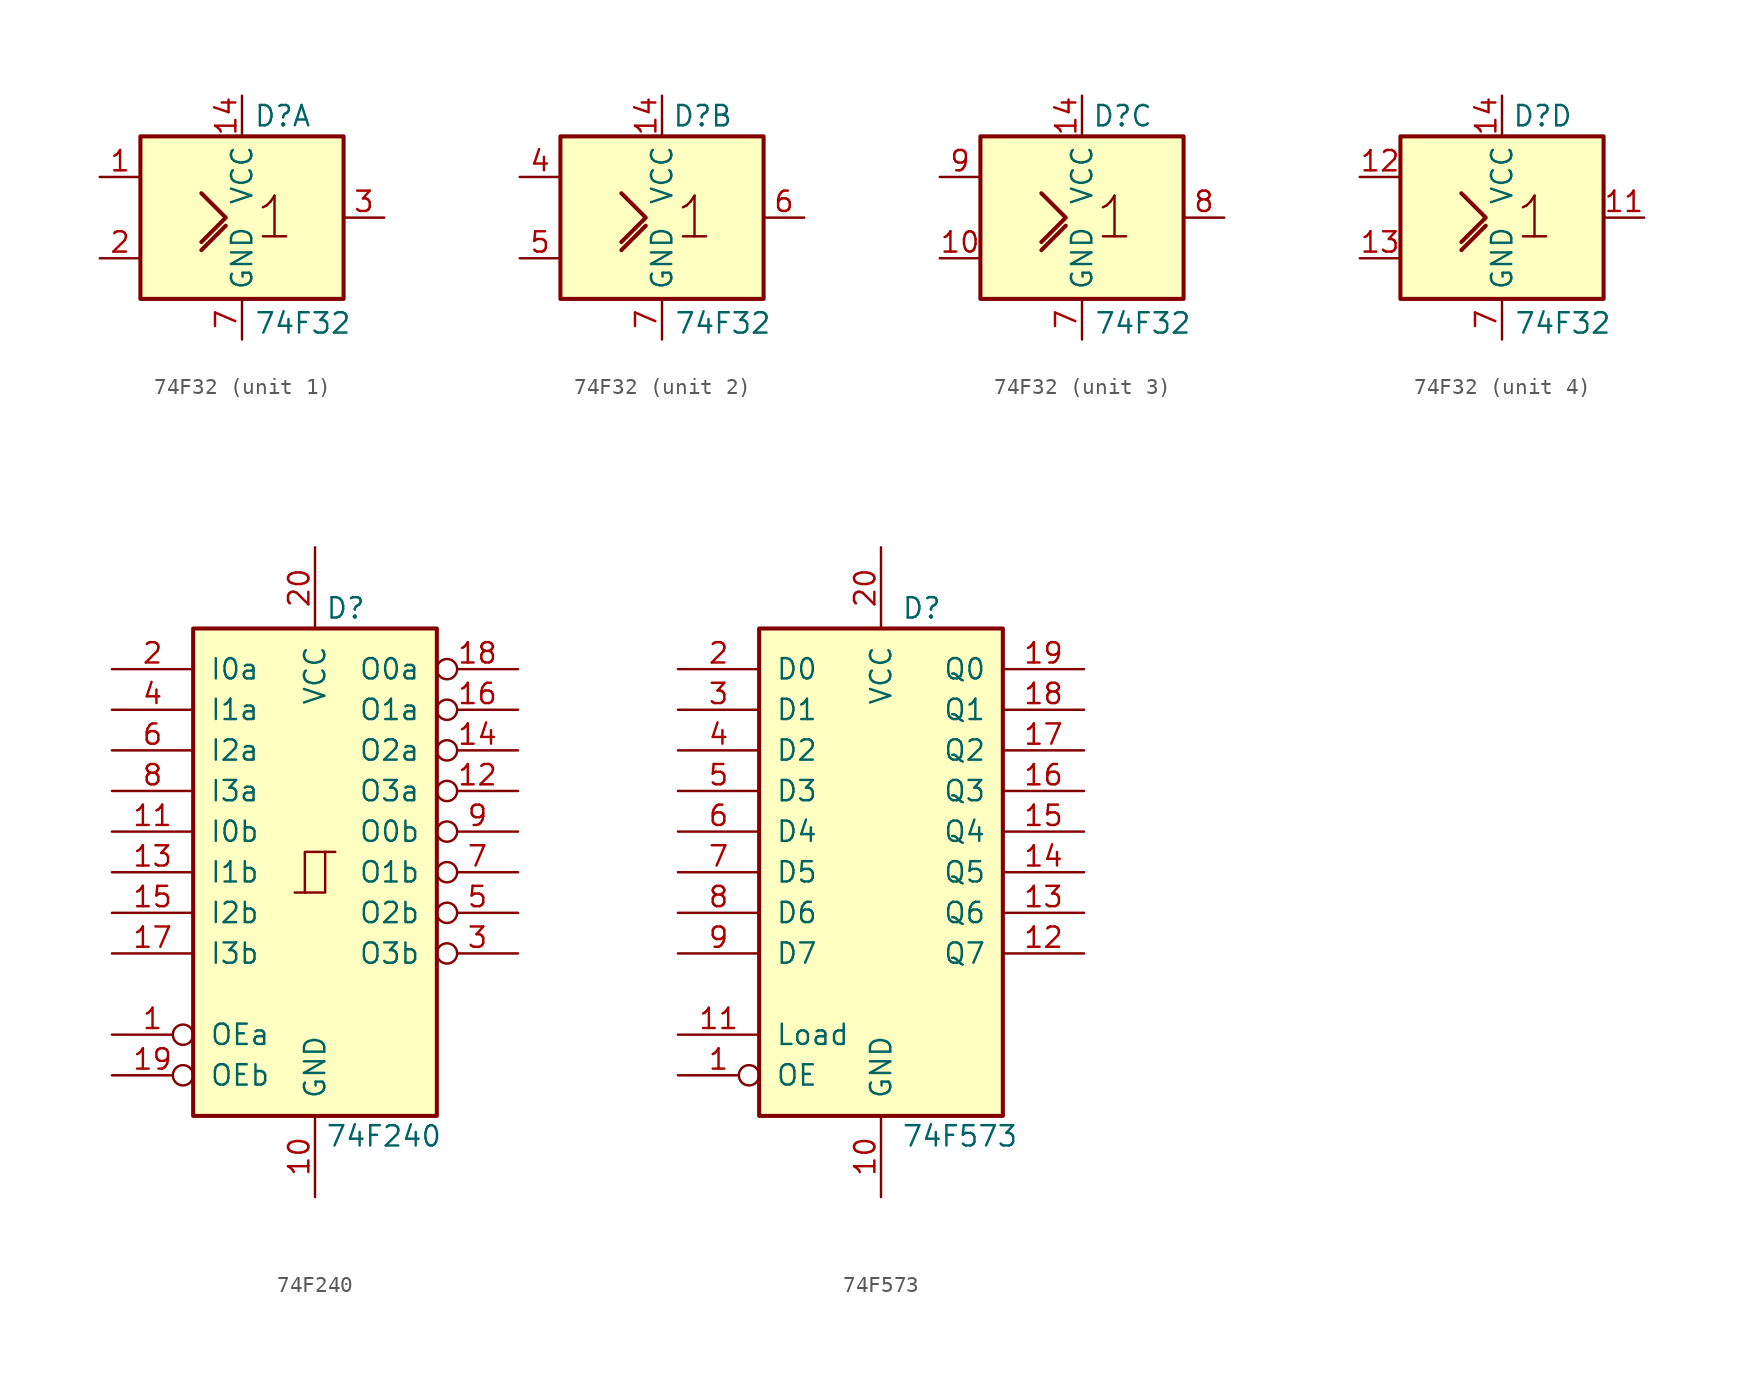
<source format=kicad_sym>
(kicad_symbol_lib
  (version 20241209)
  (generator "kicad_symbol_editor")
  (generator_version "9.0")
  (symbol "74F32"
    (property "Reference" "D"
      (at 2.54 6.35 0)
      (effects (font (size 1.27 1.27))))
    (property "Value" "74F32"
      (at 3.81 -6.604 0)
      (effects (font (size 1.27 1.27))))
    (symbol "74F32_0_1"
      (rectangle (start -6.35 5.08) (end 6.35 -5.08) (stroke (width 0.254) (type default)) (fill (type background)))
      (polyline (pts (xy -2.54 1.524) (xy -2.54 1.524) (xy -1.016 0) (xy -2.54 -1.524) (xy -2.54 -1.524)) (stroke (width 0.254) (type default)) (fill (type background)))
      (polyline (pts (xy -2.54 -2.032) (xy -1.016 -0.508) (xy -1.016 -0.508)) (stroke (width 0.254) (type default)) (fill (type background)))
      (text "1" (at 2.032 0 0) (effects (font (size 2.54 2.54))))
      (pin power_in line (at 0 7.62 270) (length 2.54) (name "VCC" (effects (font (size 1.27 1.27)))) (number "14" (effects (font (size 1.27 1.27)))))
      (pin power_in line (at 0 -7.62 90) (length 2.54) (name "GND" (effects (font (size 1.27 1.27)))) (number "7" (effects (font (size 1.27 1.27))))))
    (symbol "74F32_1_1"
      (pin input line (at -8.89 2.54 0) (length 2.54) (name "~" (effects (font (size 1.27 1.27)))) (number "1" (effects (font (size 1.27 1.27)))))
      (pin input line (at -8.89 -2.54 0) (length 2.54) (name "~" (effects (font (size 1.27 1.27)))) (number "2" (effects (font (size 1.27 1.27)))))
      (pin output line (at 8.89 0 180) (length 2.54) (name "~" (effects (font (size 1.27 1.27)))) (number "3" (effects (font (size 1.27 1.27))))))
    (symbol "74F32_2_1"
      (pin input line (at -8.89 2.54 0) (length 2.54) (name "~" (effects (font (size 1.27 1.27)))) (number "4" (effects (font (size 1.27 1.27)))))
      (pin input line (at -8.89 -2.54 0) (length 2.54) (name "~" (effects (font (size 1.27 1.27)))) (number "5" (effects (font (size 1.27 1.27)))))
      (pin output line (at 8.89 0 180) (length 2.54) (name "~" (effects (font (size 1.27 1.27)))) (number "6" (effects (font (size 1.27 1.27))))))
    (symbol "74F32_3_1"
      (pin input line (at -8.89 2.54 0) (length 2.54) (name "~" (effects (font (size 1.27 1.27)))) (number "9" (effects (font (size 1.27 1.27)))))
      (pin input line (at -8.89 -2.54 0) (length 2.54) (name "~" (effects (font (size 1.27 1.27)))) (number "10" (effects (font (size 1.27 1.27)))))
      (pin output line (at 8.89 0 180) (length 2.54) (name "~" (effects (font (size 1.27 1.27)))) (number "8" (effects (font (size 1.27 1.27))))))
    (symbol "74F32_4_1"
      (pin input line (at -8.89 2.54 0) (length 2.54) (name "~" (effects (font (size 1.27 1.27)))) (number "12" (effects (font (size 1.27 1.27)))))
      (pin input line (at -8.89 -2.54 0) (length 2.54) (name "~" (effects (font (size 1.27 1.27)))) (number "13" (effects (font (size 1.27 1.27)))))
      (pin output line (at 8.89 0 180) (length 2.54) (name "~" (effects (font (size 1.27 1.27)))) (number "11" (effects (font (size 1.27 1.27)))))))
  (symbol "74F240"
    (pin_names
      (offset 1.016))
    (property "Reference" "D"
      (at 0.635 16.51 0)
      (do_not_autoplace)
      (effects (font (size 1.27 1.27)) (justify left)))
    (property "Value" "74F240"
      (at 0.635 -16.51 0)
      (do_not_autoplace)
      (effects (font (size 1.27 1.27)) (justify left)))
    (symbol "74F240_1_0"
      (polyline (pts (xy -1.27 -1.27) (xy 0.635 -1.27) (xy 0.635 1.27) (xy 1.27 1.27)) (stroke (width 0) (type default)) (fill (type none)))
      (polyline (pts (xy -0.635 -1.27) (xy -0.635 1.27) (xy 0.635 1.27)) (stroke (width 0) (type default)) (fill (type none)))
      (pin input line (at -12.7 12.7 0) (length 5.08) (name "I0a" (effects (font (size 1.27 1.27)))) (number "2" (effects (font (size 1.27 1.27)))))
      (pin input line (at -12.7 10.16 0) (length 5.08) (name "I1a" (effects (font (size 1.27 1.27)))) (number "4" (effects (font (size 1.27 1.27)))))
      (pin input line (at -12.7 7.62 0) (length 5.08) (name "I2a" (effects (font (size 1.27 1.27)))) (number "6" (effects (font (size 1.27 1.27)))))
      (pin input line (at -12.7 5.08 0) (length 5.08) (name "I3a" (effects (font (size 1.27 1.27)))) (number "8" (effects (font (size 1.27 1.27)))))
      (pin input line (at -12.7 2.54 0) (length 5.08) (name "I0b" (effects (font (size 1.27 1.27)))) (number "11" (effects (font (size 1.27 1.27)))))
      (pin input line (at -12.7 0 0) (length 5.08) (name "I1b" (effects (font (size 1.27 1.27)))) (number "13" (effects (font (size 1.27 1.27)))))
      (pin input line (at -12.7 -2.54 0) (length 5.08) (name "I2b" (effects (font (size 1.27 1.27)))) (number "15" (effects (font (size 1.27 1.27)))))
      (pin input line (at -12.7 -5.08 0) (length 5.08) (name "I3b" (effects (font (size 1.27 1.27)))) (number "17" (effects (font (size 1.27 1.27)))))
      (pin input inverted (at -12.7 -10.16 0) (length 5.08) (name "OEa" (effects (font (size 1.27 1.27)))) (number "1" (effects (font (size 1.27 1.27)))))
      (pin input inverted (at -12.7 -12.7 0) (length 5.08) (name "OEb" (effects (font (size 1.27 1.27)))) (number "19" (effects (font (size 1.27 1.27)))))
      (pin power_in line (at 0 20.32 270) (length 5.08) (name "VCC" (effects (font (size 1.27 1.27)))) (number "20" (effects (font (size 1.27 1.27)))))
      (pin power_in line (at 0 -20.32 90) (length 5.08) (name "GND" (effects (font (size 1.27 1.27)))) (number "10" (effects (font (size 1.27 1.27)))))
      (pin tri_state inverted (at 12.7 12.7 180) (length 5.08) (name "O0a" (effects (font (size 1.27 1.27)))) (number "18" (effects (font (size 1.27 1.27)))))
      (pin tri_state inverted (at 12.7 10.16 180) (length 5.08) (name "O1a" (effects (font (size 1.27 1.27)))) (number "16" (effects (font (size 1.27 1.27)))))
      (pin tri_state inverted (at 12.7 7.62 180) (length 5.08) (name "O2a" (effects (font (size 1.27 1.27)))) (number "14" (effects (font (size 1.27 1.27)))))
      (pin tri_state inverted (at 12.7 5.08 180) (length 5.08) (name "O3a" (effects (font (size 1.27 1.27)))) (number "12" (effects (font (size 1.27 1.27)))))
      (pin tri_state inverted (at 12.7 2.54 180) (length 5.08) (name "O0b" (effects (font (size 1.27 1.27)))) (number "9" (effects (font (size 1.27 1.27)))))
      (pin tri_state inverted (at 12.7 0 180) (length 5.08) (name "O1b" (effects (font (size 1.27 1.27)))) (number "7" (effects (font (size 1.27 1.27)))))
      (pin tri_state inverted (at 12.7 -2.54 180) (length 5.08) (name "O2b" (effects (font (size 1.27 1.27)))) (number "5" (effects (font (size 1.27 1.27)))))
      (pin tri_state inverted (at 12.7 -5.08 180) (length 5.08) (name "O3b" (effects (font (size 1.27 1.27)))) (number "3" (effects (font (size 1.27 1.27))))))
    (symbol "74F240_1_1"
      (rectangle (start -7.62 15.24) (end 7.62 -15.24) (stroke (width 0.254) (type default)) (fill (type background)))))
  (symbol "74F573"
    (pin_names
      (offset 1.016))
    (property "Reference" "D"
      (at 1.27 16.51 0)
      (do_not_autoplace)
      (effects (font (size 1.27 1.27)) (justify left)))
    (property "Value" "74F573"
      (at 1.27 -16.51 0)
      (do_not_autoplace)
      (effects (font (size 1.27 1.27)) (justify left)))
    (symbol "74F573_1_0"
      (pin input line (at -12.7 12.7 0) (length 5.08) (name "D0" (effects (font (size 1.27 1.27)))) (number "2" (effects (font (size 1.27 1.27)))))
      (pin input line (at -12.7 10.16 0) (length 5.08) (name "D1" (effects (font (size 1.27 1.27)))) (number "3" (effects (font (size 1.27 1.27)))))
      (pin input line (at -12.7 7.62 0) (length 5.08) (name "D2" (effects (font (size 1.27 1.27)))) (number "4" (effects (font (size 1.27 1.27)))))
      (pin input line (at -12.7 5.08 0) (length 5.08) (name "D3" (effects (font (size 1.27 1.27)))) (number "5" (effects (font (size 1.27 1.27)))))
      (pin input line (at -12.7 2.54 0) (length 5.08) (name "D4" (effects (font (size 1.27 1.27)))) (number "6" (effects (font (size 1.27 1.27)))))
      (pin input line (at -12.7 0 0) (length 5.08) (name "D5" (effects (font (size 1.27 1.27)))) (number "7" (effects (font (size 1.27 1.27)))))
      (pin input line (at -12.7 -2.54 0) (length 5.08) (name "D6" (effects (font (size 1.27 1.27)))) (number "8" (effects (font (size 1.27 1.27)))))
      (pin input line (at -12.7 -5.08 0) (length 5.08) (name "D7" (effects (font (size 1.27 1.27)))) (number "9" (effects (font (size 1.27 1.27)))))
      (pin input line (at -12.7 -10.16 0) (length 5.08) (name "Load" (effects (font (size 1.27 1.27)))) (number "11" (effects (font (size 1.27 1.27)))))
      (pin input inverted (at -12.7 -12.7 0) (length 5.08) (name "OE" (effects (font (size 1.27 1.27)))) (number "1" (effects (font (size 1.27 1.27)))))
      (pin power_in line (at 0 20.32 270) (length 5.08) (name "VCC" (effects (font (size 1.27 1.27)))) (number "20" (effects (font (size 1.27 1.27)))))
      (pin power_in line (at 0 -20.32 90) (length 5.08) (name "GND" (effects (font (size 1.27 1.27)))) (number "10" (effects (font (size 1.27 1.27)))))
      (pin tri_state line (at 12.7 12.7 180) (length 5.08) (name "Q0" (effects (font (size 1.27 1.27)))) (number "19" (effects (font (size 1.27 1.27)))))
      (pin tri_state line (at 12.7 10.16 180) (length 5.08) (name "Q1" (effects (font (size 1.27 1.27)))) (number "18" (effects (font (size 1.27 1.27)))))
      (pin tri_state line (at 12.7 7.62 180) (length 5.08) (name "Q2" (effects (font (size 1.27 1.27)))) (number "17" (effects (font (size 1.27 1.27)))))
      (pin tri_state line (at 12.7 5.08 180) (length 5.08) (name "Q3" (effects (font (size 1.27 1.27)))) (number "16" (effects (font (size 1.27 1.27)))))
      (pin tri_state line (at 12.7 2.54 180) (length 5.08) (name "Q4" (effects (font (size 1.27 1.27)))) (number "15" (effects (font (size 1.27 1.27)))))
      (pin tri_state line (at 12.7 0 180) (length 5.08) (name "Q5" (effects (font (size 1.27 1.27)))) (number "14" (effects (font (size 1.27 1.27)))))
      (pin tri_state line (at 12.7 -2.54 180) (length 5.08) (name "Q6" (effects (font (size 1.27 1.27)))) (number "13" (effects (font (size 1.27 1.27)))))
      (pin tri_state line (at 12.7 -5.08 180) (length 5.08) (name "Q7" (effects (font (size 1.27 1.27)))) (number "12" (effects (font (size 1.27 1.27))))))
    (symbol "74F573_1_1"
      (rectangle (start -7.62 15.24) (end 7.62 -15.24) (stroke (width 0.254) (type default)) (fill (type background))))))
</source>
